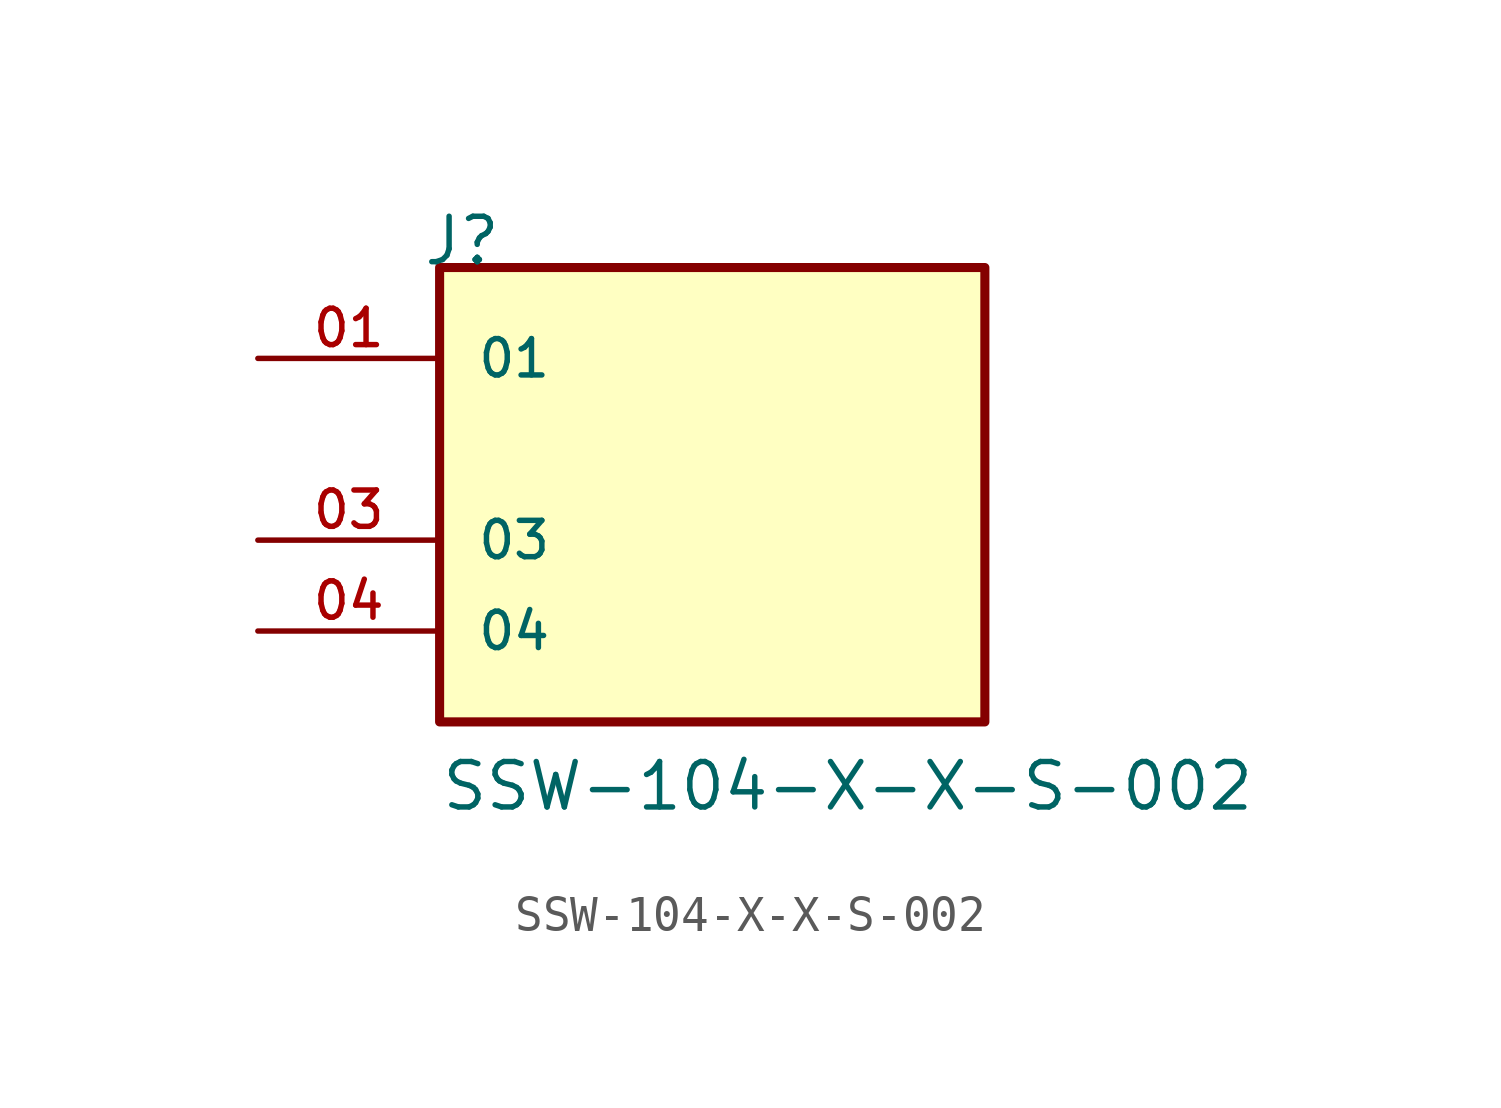
<source format=kicad_sym>
(kicad_symbol_lib
  (version 20211014)
  (generator kicad_symbol_editor)
  (symbol "SSW-104-X-X-S-002"
    (pin_names
      (offset 1.016))
    (property "Reference" "J"
      (at -8.12 7.62 0)
      (effects (font (size 1.27 1.27)) (justify bottom left)))
    (property "Value" "SSW-104-X-X-S-002"
      (at -7.62 -7.62 0)
      (effects (font (size 1.27 1.27)) (justify bottom left)))
    (symbol "SSW-104-X-X-S-002_0_0"
      (rectangle (start -7.62 -5.08) (end 7.62 7.62) (stroke (width 0.254)) (fill (type background)))
      (pin passive line (at -12.7 5.08 0) (length 5.08) (name "01" (effects (font (size 1.016 1.016)))) (number "01" (effects (font (size 1.016 1.016)))))
      (pin passive line (at -12.7 0.0 0) (length 5.08) (name "03" (effects (font (size 1.016 1.016)))) (number "03" (effects (font (size 1.016 1.016)))))
      (pin passive line (at -12.7 -2.54 0) (length 5.08) (name "04" (effects (font (size 1.016 1.016)))) (number "04" (effects (font (size 1.016 1.016))))))))
</source>
